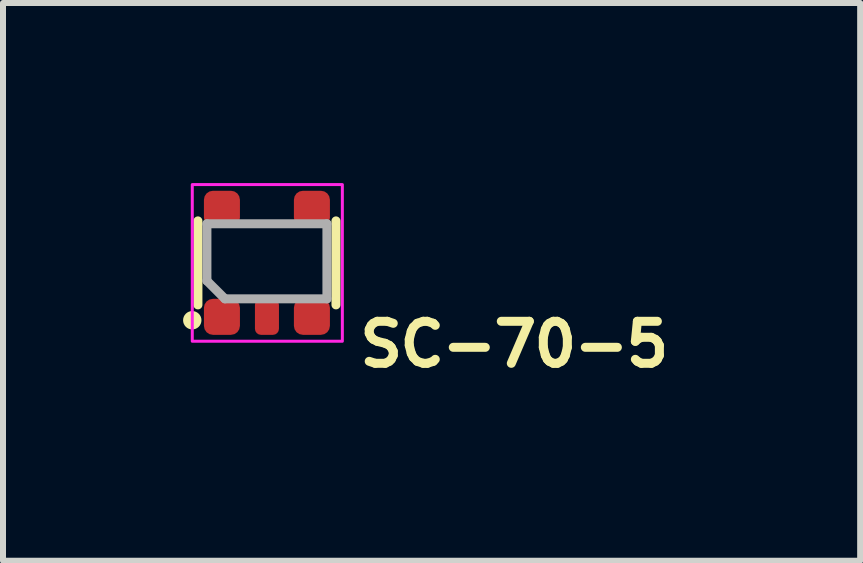
<source format=kicad_pcb>
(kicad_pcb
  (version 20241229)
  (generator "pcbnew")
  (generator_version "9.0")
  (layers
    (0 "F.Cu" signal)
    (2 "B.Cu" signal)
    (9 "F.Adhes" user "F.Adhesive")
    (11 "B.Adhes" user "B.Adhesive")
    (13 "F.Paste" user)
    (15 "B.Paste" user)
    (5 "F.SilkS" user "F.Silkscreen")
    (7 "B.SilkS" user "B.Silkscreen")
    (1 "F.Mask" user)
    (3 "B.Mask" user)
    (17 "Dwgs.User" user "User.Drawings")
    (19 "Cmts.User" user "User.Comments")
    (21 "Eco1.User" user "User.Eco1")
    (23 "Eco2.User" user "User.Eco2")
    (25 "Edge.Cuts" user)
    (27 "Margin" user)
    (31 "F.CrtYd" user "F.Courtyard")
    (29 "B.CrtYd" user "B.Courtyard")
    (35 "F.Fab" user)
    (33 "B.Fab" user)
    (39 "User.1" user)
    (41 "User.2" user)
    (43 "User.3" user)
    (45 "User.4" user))
  (footprint "SC-70-5"
    (layer "F.Cu")
    (at 1.403 1.335)
    (property "Reference" "SC-70-5" (at 1.466 1.761 180) (layer "F.SilkS") (effects (font (size 0.7 0.7) (thickness 0.15)) (justify left bottom)))
    (attr smd)
    (fp_line (start -1.156 0.694) (end -1.156 -0.705) (stroke (width 0.15) (type solid)) (layer "F.SilkS"))
    (fp_line (start 1.144 0.694) (end 1.144 -0.705) (stroke (width 0.15) (type solid)) (layer "F.SilkS"))
    (fp_circle (center -1.25 0.95) (end -1.19 1) (stroke (width 0.15) (type solid)) (fill yes) (layer "F.SilkS"))
    (fp_rect (start 1.25 -1.31) (end -1.25 1.3) (stroke (width 0.05) (type solid)) (fill no) (layer "F.CrtYd"))
    (fp_line (start -1.006 -0.657) (end 0.993 -0.657) (stroke (width 0.15) (type solid)) (layer "F.Fab"))
    (fp_line (start -1.006 0.293) (end -1.006 -0.657) (stroke (width 0.15) (type solid)) (layer "F.Fab"))
    (fp_line (start -1.006 0.293) (end -0.706 0.593) (stroke (width 0.15) (type solid)) (layer "F.Fab"))
    (fp_line (start 0.993 -0.657) (end 0.993 0.593) (stroke (width 0.15) (type solid)) (layer "F.Fab"))
    (fp_line (start 0.993 0.593) (end -0.706 0.593) (stroke (width 0.15) (type solid)) (layer "F.Fab"))
    (fp_rect (start -1 -1.051) (end 0.998 1.048) (stroke (width 0.1) (type solid)) (fill no) (layer "User.5"))
    (fp_line (start -1 -0.626) (end -1 0.623) (stroke (width 0.02) (type solid)) (layer "User.9"))
    (fp_line (start -1 0.623) (end -0.763 0.623) (stroke (width 0.02) (type solid)) (layer "User.9"))
    (fp_line (start -0.964 -0.589) (end -1 -0.626) (stroke (width 0.02) (type solid)) (layer "User.9"))
    (fp_line (start -0.964 -0.589) (end -0.964 0.587) (stroke (width 0.02) (type solid)) (layer "User.9"))
    (fp_line (start -0.964 0.587) (end -1 0.623) (stroke (width 0.02) (type solid)) (layer "User.9"))
    (fp_line (start -0.964 0.587) (end 0.962 0.587) (stroke (width 0.02) (type solid)) (layer "User.9"))
    (fp_line (start -0.888 0.34) (end -0.888 0.348) (stroke (width 0.02) (type solid)) (layer "User.9"))
    (fp_line (start -0.888 0.348) (end -0.888 0.355) (stroke (width 0.02) (type solid)) (layer "User.9"))
    (fp_line (start -0.888 0.355) (end -0.887 0.363) (stroke (width 0.02) (type solid)) (layer "User.9"))
    (fp_line (start -0.887 0.332) (end -0.888 0.34) (stroke (width 0.02) (type solid)) (layer "User.9"))
    (fp_line (start -0.887 0.363) (end -0.886 0.371) (stroke (width 0.02) (type solid)) (layer "User.9"))
    (fp_line (start -0.886 0.324) (end -0.887 0.332) (stroke (width 0.02) (type solid)) (layer "User.9"))
    (fp_line (start -0.886 0.371) (end -0.884 0.379) (stroke (width 0.02) (type solid)) (layer "User.9"))
    (fp_line (start -0.884 0.315) (end -0.886 0.324) (stroke (width 0.02) (type solid)) (layer "User.9"))
    (fp_line (start -0.884 0.379) (end -0.881 0.388) (stroke (width 0.02) (type solid)) (layer "User.9"))
    (fp_line (start -0.881 0.307) (end -0.884 0.315) (stroke (width 0.02) (type solid)) (layer "User.9"))
    (fp_line (start -0.881 0.388) (end -0.879 0.396) (stroke (width 0.02) (type solid)) (layer "User.9"))
    (fp_line (start -0.879 0.3) (end -0.881 0.307) (stroke (width 0.02) (type solid)) (layer "User.9"))
    (fp_line (start -0.879 0.396) (end -0.875 0.403) (stroke (width 0.02) (type solid)) (layer "User.9"))
    (fp_line (start -0.875 0.292) (end -0.879 0.3) (stroke (width 0.02) (type solid)) (layer "User.9"))
    (fp_line (start -0.875 0.403) (end -0.871 0.411) (stroke (width 0.02) (type solid)) (layer "User.9"))
    (fp_line (start -0.871 0.286) (end -0.875 0.292) (stroke (width 0.02) (type solid)) (layer "User.9"))
    (fp_line (start -0.871 0.286) (end -0.871 0.286) (stroke (width 0.02) (type solid)) (layer "User.9"))
    (fp_line (start -0.871 0.411) (end -0.871 0.411) (stroke (width 0.02) (type solid)) (layer "User.9"))
    (fp_line (start -0.871 0.411) (end -0.869 0.414) (stroke (width 0.02) (type solid)) (layer "User.9"))
    (fp_line (start -0.869 0.414) (end -0.867 0.417) (stroke (width 0.02) (type solid)) (layer "User.9"))
    (fp_line (start -0.867 0.279) (end -0.871 0.286) (stroke (width 0.02) (type solid)) (layer "User.9"))
    (fp_line (start -0.867 0.417) (end -0.864 0.42) (stroke (width 0.02) (type solid)) (layer "User.9"))
    (fp_line (start -0.864 0.42) (end -0.862 0.423) (stroke (width 0.02) (type solid)) (layer "User.9"))
    (fp_line (start -0.862 0.272) (end -0.867 0.279) (stroke (width 0.02) (type solid)) (layer "User.9"))
    (fp_line (start -0.862 0.423) (end -0.859 0.427) (stroke (width 0.02) (type solid)) (layer "User.9"))
    (fp_line (start -0.859 0.427) (end -0.857 0.43) (stroke (width 0.02) (type solid)) (layer "User.9"))
    (fp_line (start -0.857 0.266) (end -0.862 0.272) (stroke (width 0.02) (type solid)) (layer "User.9"))
    (fp_line (start -0.857 0.43) (end -0.854 0.433) (stroke (width 0.02) (type solid)) (layer "User.9"))
    (fp_line (start -0.854 0.433) (end -0.851 0.436) (stroke (width 0.02) (type solid)) (layer "User.9"))
    (fp_line (start -0.851 0.26) (end -0.857 0.266) (stroke (width 0.02) (type solid)) (layer "User.9"))
    (fp_line (start -0.851 0.436) (end -0.848 0.439) (stroke (width 0.02) (type solid)) (layer "User.9"))
    (fp_line (start -0.848 0.439) (end -0.845 0.441) (stroke (width 0.02) (type solid)) (layer "User.9"))
    (fp_line (start -0.845 0.253) (end -0.851 0.26) (stroke (width 0.02) (type solid)) (layer "User.9"))
    (fp_line (start -0.845 0.441) (end -0.842 0.444) (stroke (width 0.02) (type solid)) (layer "User.9"))
    (fp_line (start -0.842 0.444) (end -0.839 0.446) (stroke (width 0.02) (type solid)) (layer "User.9"))
    (fp_line (start -0.839 0.248) (end -0.845 0.253) (stroke (width 0.02) (type solid)) (layer "User.9"))
    (fp_line (start -0.839 0.446) (end -0.836 0.45) (stroke (width 0.02) (type solid)) (layer "User.9"))
    (fp_line (start -0.836 0.45) (end -0.833 0.452) (stroke (width 0.02) (type solid)) (layer "User.9"))
    (fp_line (start -0.833 0.243) (end -0.839 0.248) (stroke (width 0.02) (type solid)) (layer "User.9"))
    (fp_line (start -0.833 0.452) (end -0.83 0.454) (stroke (width 0.02) (type solid)) (layer "User.9"))
    (fp_line (start -0.83 0.454) (end -0.826 0.456) (stroke (width 0.02) (type solid)) (layer "User.9"))
    (fp_line (start -0.826 0.239) (end -0.833 0.243) (stroke (width 0.02) (type solid)) (layer "User.9"))
    (fp_line (start -0.826 0.456) (end -0.823 0.458) (stroke (width 0.02) (type solid)) (layer "User.9"))
    (fp_line (start -0.823 0.458) (end -0.819 0.46) (stroke (width 0.02) (type solid)) (layer "User.9"))
    (fp_line (start -0.819 0.236) (end -0.826 0.239) (stroke (width 0.02) (type solid)) (layer "User.9"))
    (fp_line (start -0.819 0.46) (end -0.816 0.462) (stroke (width 0.02) (type solid)) (layer "User.9"))
    (fp_line (start -0.816 0.462) (end -0.812 0.464) (stroke (width 0.02) (type solid)) (layer "User.9"))
    (fp_line (start -0.812 0.233) (end -0.819 0.236) (stroke (width 0.02) (type solid)) (layer "User.9"))
    (fp_line (start -0.812 0.464) (end -0.808 0.465) (stroke (width 0.02) (type solid)) (layer "User.9"))
    (fp_line (start -0.808 0.465) (end -0.804 0.466) (stroke (width 0.02) (type solid)) (layer "User.9"))
    (fp_line (start -0.804 0.23) (end -0.812 0.233) (stroke (width 0.02) (type solid)) (layer "User.9"))
    (fp_line (start -0.804 0.466) (end -0.801 0.468) (stroke (width 0.02) (type solid)) (layer "User.9"))
    (fp_line (start -0.801 0.468) (end -0.797 0.469) (stroke (width 0.02) (type solid)) (layer "User.9"))
    (fp_line (start -0.797 0.227) (end -0.804 0.23) (stroke (width 0.02) (type solid)) (layer "User.9"))
    (fp_line (start -0.797 0.469) (end -0.793 0.47) (stroke (width 0.02) (type solid)) (layer "User.9"))
    (fp_line (start -0.793 0.47) (end -0.789 0.471) (stroke (width 0.02) (type solid)) (layer "User.9"))
    (fp_line (start -0.789 0.226) (end -0.797 0.227) (stroke (width 0.02) (type solid)) (layer "User.9"))
    (fp_line (start -0.789 0.471) (end -0.785 0.471) (stroke (width 0.02) (type solid)) (layer "User.9"))
    (fp_line (start -0.785 0.471) (end -0.781 0.472) (stroke (width 0.02) (type solid)) (layer "User.9"))
    (fp_line (start -0.781 0.224) (end -0.789 0.226) (stroke (width 0.02) (type solid)) (layer "User.9"))
    (fp_line (start -0.781 0.472) (end -0.776 0.473) (stroke (width 0.02) (type solid)) (layer "User.9"))
    (fp_line (start -0.776 0.473) (end -0.772 0.473) (stroke (width 0.02) (type solid)) (layer "User.9"))
    (fp_line (start -0.772 0.222) (end -0.781 0.224) (stroke (width 0.02) (type solid)) (layer "User.9"))
    (fp_line (start -0.772 0.473) (end -0.767 0.473) (stroke (width 0.02) (type solid)) (layer "User.9"))
    (fp_line (start -0.767 0.473) (end -0.763 0.473) (stroke (width 0.02) (type solid)) (layer "User.9"))
    (fp_line (start -0.763 -1.051) (end -0.763 -0.887) (stroke (width 0.02) (type solid)) (layer "User.9"))
    (fp_line (start -0.763 -0.887) (end -0.763 -0.837) (stroke (width 0.02) (type solid)) (layer "User.9"))
    (fp_line (start -0.763 -0.837) (end -0.763 -0.81) (stroke (width 0.02) (type solid)) (layer "User.9"))
    (fp_line (start -0.763 -0.81) (end -0.763 -0.66) (stroke (width 0.02) (type solid)) (layer "User.9"))
    (fp_line (start -0.763 -0.66) (end -0.763 -0.604) (stroke (width 0.02) (type solid)) (layer "User.9"))
    (fp_line (start -0.763 -0.626) (end -1 -0.626) (stroke (width 0.02) (type solid)) (layer "User.9"))
    (fp_line (start -0.763 0.222) (end -0.772 0.222) (stroke (width 0.02) (type solid)) (layer "User.9"))
    (fp_line (start -0.763 0.473) (end -0.755 0.473) (stroke (width 0.02) (type solid)) (layer "User.9"))
    (fp_line (start -0.763 0.658) (end -0.763 0.602) (stroke (width 0.02) (type solid)) (layer "User.9"))
    (fp_line (start -0.763 0.808) (end -0.763 0.658) (stroke (width 0.02) (type solid)) (layer "User.9"))
    (fp_line (start -0.763 0.835) (end -0.763 0.808) (stroke (width 0.02) (type solid)) (layer "User.9"))
    (fp_line (start -0.763 0.885) (end -0.763 0.835) (stroke (width 0.02) (type solid)) (layer "User.9"))
    (fp_line (start -0.763 1.048) (end -0.763 0.885) (stroke (width 0.02) (type solid)) (layer "User.9"))
    (fp_line (start -0.763 1.048) (end -0.539 1.048) (stroke (width 0.02) (type solid)) (layer "User.9"))
    (fp_line (start -0.759 0.222) (end -0.763 0.222) (stroke (width 0.02) (type solid)) (layer "User.9"))
    (fp_line (start -0.755 0.222) (end -0.759 0.222) (stroke (width 0.02) (type solid)) (layer "User.9"))
    (fp_line (start -0.755 0.473) (end -0.746 0.472) (stroke (width 0.02) (type solid)) (layer "User.9"))
    (fp_line (start -0.751 0.224) (end -0.755 0.222) (stroke (width 0.02) (type solid)) (layer "User.9"))
    (fp_line (start -0.746 0.224) (end -0.751 0.224) (stroke (width 0.02) (type solid)) (layer "User.9"))
    (fp_line (start -0.746 0.472) (end -0.738 0.471) (stroke (width 0.02) (type solid)) (layer "User.9"))
    (fp_line (start -0.742 0.225) (end -0.746 0.224) (stroke (width 0.02) (type solid)) (layer "User.9"))
    (fp_line (start -0.738 0.226) (end -0.742 0.225) (stroke (width 0.02) (type solid)) (layer "User.9"))
    (fp_line (start -0.738 0.471) (end -0.73 0.469) (stroke (width 0.02) (type solid)) (layer "User.9"))
    (fp_line (start -0.734 0.226) (end -0.738 0.226) (stroke (width 0.02) (type solid)) (layer "User.9"))
    (fp_line (start -0.73 0.227) (end -0.734 0.226) (stroke (width 0.02) (type solid)) (layer "User.9"))
    (fp_line (start -0.73 0.469) (end -0.723 0.466) (stroke (width 0.02) (type solid)) (layer "User.9"))
    (fp_line (start -0.726 0.229) (end -0.73 0.227) (stroke (width 0.02) (type solid)) (layer "User.9"))
    (fp_line (start -0.723 0.23) (end -0.726 0.229) (stroke (width 0.02) (type solid)) (layer "User.9"))
    (fp_line (start -0.723 0.466) (end -0.715 0.464) (stroke (width 0.02) (type solid)) (layer "User.9"))
    (fp_line (start -0.719 0.231) (end -0.723 0.23) (stroke (width 0.02) (type solid)) (layer "User.9"))
    (fp_line (start -0.715 0.233) (end -0.719 0.231) (stroke (width 0.02) (type solid)) (layer "User.9"))
    (fp_line (start -0.715 0.464) (end -0.708 0.46) (stroke (width 0.02) (type solid)) (layer "User.9"))
    (fp_line (start -0.711 0.234) (end -0.715 0.233) (stroke (width 0.02) (type solid)) (layer "User.9"))
    (fp_line (start -0.708 0.236) (end -0.711 0.234) (stroke (width 0.02) (type solid)) (layer "User.9"))
    (fp_line (start -0.708 0.46) (end -0.701 0.456) (stroke (width 0.02) (type solid)) (layer "User.9"))
    (fp_line (start -0.704 0.238) (end -0.708 0.236) (stroke (width 0.02) (type solid)) (layer "User.9"))
    (fp_line (start -0.701 0.239) (end -0.704 0.238) (stroke (width 0.02) (type solid)) (layer "User.9"))
    (fp_line (start -0.701 0.456) (end -0.695 0.452) (stroke (width 0.02) (type solid)) (layer "User.9"))
    (fp_line (start -0.698 0.241) (end -0.701 0.239) (stroke (width 0.02) (type solid)) (layer "User.9"))
    (fp_line (start -0.695 0.243) (end -0.698 0.241) (stroke (width 0.02) (type solid)) (layer "User.9"))
    (fp_line (start -0.695 0.452) (end -0.688 0.446) (stroke (width 0.02) (type solid)) (layer "User.9"))
    (fp_line (start -0.691 0.245) (end -0.695 0.243) (stroke (width 0.02) (type solid)) (layer "User.9"))
    (fp_line (start -0.688 0.248) (end -0.691 0.245) (stroke (width 0.02) (type solid)) (layer "User.9"))
    (fp_line (start -0.688 0.446) (end -0.682 0.441) (stroke (width 0.02) (type solid)) (layer "User.9"))
    (fp_line (start -0.685 0.25) (end -0.688 0.248) (stroke (width 0.02) (type solid)) (layer "User.9"))
    (fp_line (start -0.682 0.253) (end -0.685 0.25) (stroke (width 0.02) (type solid)) (layer "User.9"))
    (fp_line (start -0.682 0.441) (end -0.676 0.436) (stroke (width 0.02) (type solid)) (layer "User.9"))
    (fp_line (start -0.679 0.257) (end -0.682 0.253) (stroke (width 0.02) (type solid)) (layer "User.9"))
    (fp_line (start -0.676 0.26) (end -0.679 0.257) (stroke (width 0.02) (type solid)) (layer "User.9"))
    (fp_line (start -0.676 0.436) (end -0.67 0.43) (stroke (width 0.02) (type solid)) (layer "User.9"))
    (fp_line (start -0.673 0.263) (end -0.676 0.26) (stroke (width 0.02) (type solid)) (layer "User.9"))
    (fp_line (start -0.67 0.266) (end -0.673 0.263) (stroke (width 0.02) (type solid)) (layer "User.9"))
    (fp_line (start -0.67 0.43) (end -0.665 0.423) (stroke (width 0.02) (type solid)) (layer "User.9"))
    (fp_line (start -0.668 0.269) (end -0.67 0.266) (stroke (width 0.02) (type solid)) (layer "User.9"))
    (fp_line (start -0.665 0.272) (end -0.668 0.269) (stroke (width 0.02) (type solid)) (layer "User.9"))
    (fp_line (start -0.665 0.423) (end -0.66 0.417) (stroke (width 0.02) (type solid)) (layer "User.9"))
    (fp_line (start -0.663 0.275) (end -0.665 0.272) (stroke (width 0.02) (type solid)) (layer "User.9"))
    (fp_line (start -0.66 0.279) (end -0.663 0.275) (stroke (width 0.02) (type solid)) (layer "User.9"))
    (fp_line (start -0.66 0.417) (end -0.656 0.411) (stroke (width 0.02) (type solid)) (layer "User.9"))
    (fp_line (start -0.658 0.282) (end -0.66 0.279) (stroke (width 0.02) (type solid)) (layer "User.9"))
    (fp_line (start -0.656 0.286) (end -0.658 0.282) (stroke (width 0.02) (type solid)) (layer "User.9"))
    (fp_line (start -0.656 0.286) (end -0.656 0.286) (stroke (width 0.02) (type solid)) (layer "User.9"))
    (fp_line (start -0.656 0.411) (end -0.656 0.411) (stroke (width 0.02) (type solid)) (layer "User.9"))
    (fp_line (start -0.656 0.411) (end -0.652 0.403) (stroke (width 0.02) (type solid)) (layer "User.9"))
    (fp_line (start -0.652 0.292) (end -0.656 0.286) (stroke (width 0.02) (type solid)) (layer "User.9"))
    (fp_line (start -0.652 0.403) (end -0.648 0.396) (stroke (width 0.02) (type solid)) (layer "User.9"))
    (fp_line (start -0.648 0.3) (end -0.652 0.292) (stroke (width 0.02) (type solid)) (layer "User.9"))
    (fp_line (start -0.648 0.396) (end -0.646 0.388) (stroke (width 0.02) (type solid)) (layer "User.9"))
    (fp_line (start -0.646 0.307) (end -0.648 0.3) (stroke (width 0.02) (type solid)) (layer "User.9"))
    (fp_line (start -0.646 0.388) (end -0.643 0.379) (stroke (width 0.02) (type solid)) (layer "User.9"))
    (fp_line (start -0.643 0.315) (end -0.646 0.307) (stroke (width 0.02) (type solid)) (layer "User.9"))
    (fp_line (start -0.643 0.379) (end -0.64 0.371) (stroke (width 0.02) (type solid)) (layer "User.9"))
    (fp_line (start -0.64 0.324) (end -0.643 0.315) (stroke (width 0.02) (type solid)) (layer "User.9"))
    (fp_line (start -0.64 0.371) (end -0.639 0.363) (stroke (width 0.02) (type solid)) (layer "User.9"))
    (fp_line (start -0.639 0.332) (end -0.64 0.324) (stroke (width 0.02) (type solid)) (layer "User.9"))
    (fp_line (start -0.639 0.363) (end -0.638 0.355) (stroke (width 0.02) (type solid)) (layer "User.9"))
    (fp_line (start -0.638 0.34) (end -0.639 0.332) (stroke (width 0.02) (type solid)) (layer "User.9"))
    (fp_line (start -0.638 0.348) (end -0.638 0.34) (stroke (width 0.02) (type solid)) (layer "User.9"))
    (fp_line (start -0.638 0.355) (end -0.638 0.348) (stroke (width 0.02) (type solid)) (layer "User.9"))
    (fp_line (start -0.539 -1.051) (end -0.763 -1.051) (stroke (width 0.02) (type solid)) (layer "User.9"))
    (fp_line (start -0.539 -1.051) (end -0.539 -0.887) (stroke (width 0.02) (type solid)) (layer "User.9"))
    (fp_line (start -0.539 -0.887) (end -0.539 -0.837) (stroke (width 0.02) (type solid)) (layer "User.9"))
    (fp_line (start -0.539 -0.837) (end -0.539 -0.81) (stroke (width 0.02) (type solid)) (layer "User.9"))
    (fp_line (start -0.539 -0.81) (end -0.539 -0.66) (stroke (width 0.02) (type solid)) (layer "User.9"))
    (fp_line (start -0.539 -0.66) (end -0.539 -0.604) (stroke (width 0.02) (type solid)) (layer "User.9"))
    (fp_line (start -0.539 -0.604) (end -0.763 -0.604) (stroke (width 0.02) (type solid)) (layer "User.9"))
    (fp_line (start -0.539 0.602) (end -0.763 0.602) (stroke (width 0.02) (type solid)) (layer "User.9"))
    (fp_line (start -0.539 0.623) (end -0.114 0.623) (stroke (width 0.02) (type solid)) (layer "User.9"))
    (fp_line (start -0.539 0.658) (end -0.539 0.602) (stroke (width 0.02) (type solid)) (layer "User.9"))
    (fp_line (start -0.539 0.808) (end -0.539 0.658) (stroke (width 0.02) (type solid)) (layer "User.9"))
    (fp_line (start -0.539 0.835) (end -0.539 0.808) (stroke (width 0.02) (type solid)) (layer "User.9"))
    (fp_line (start -0.539 0.885) (end -0.539 0.835) (stroke (width 0.02) (type solid)) (layer "User.9"))
    (fp_line (start -0.539 1.048) (end -0.539 0.885) (stroke (width 0.02) (type solid)) (layer "User.9"))
    (fp_line (start -0.114 -0.626) (end -0.539 -0.626) (stroke (width 0.02) (type solid)) (layer "User.9"))
    (fp_line (start -0.114 -0.626) (end 0.112 -0.626) (stroke (width 0.02) (type solid)) (layer "User.9"))
    (fp_line (start -0.114 -0.604) (end -0.114 -0.626) (stroke (width 0.02) (type solid)) (layer "User.9"))
    (fp_line (start -0.114 -0.604) (end -0.114 -0.626) (stroke (width 0.02) (type solid)) (layer "User.9"))
    (fp_line (start -0.114 0.658) (end -0.114 0.602) (stroke (width 0.02) (type solid)) (layer "User.9"))
    (fp_line (start -0.114 0.808) (end -0.114 0.658) (stroke (width 0.02) (type solid)) (layer "User.9"))
    (fp_line (start -0.114 0.835) (end -0.114 0.808) (stroke (width 0.02) (type solid)) (layer "User.9"))
    (fp_line (start -0.114 0.885) (end -0.114 0.835) (stroke (width 0.02) (type solid)) (layer "User.9"))
    (fp_line (start -0.114 1.048) (end -0.114 0.885) (stroke (width 0.02) (type solid)) (layer "User.9"))
    (fp_line (start -0.114 1.048) (end 0.112 1.048) (stroke (width 0.02) (type solid)) (layer "User.9"))
    (fp_line (start 0.112 -0.626) (end 0.112 -0.604) (stroke (width 0.02) (type solid)) (layer "User.9"))
    (fp_line (start 0.112 -0.604) (end -0.114 -0.604) (stroke (width 0.02) (type solid)) (layer "User.9"))
    (fp_line (start 0.112 -0.604) (end 0.112 -0.626) (stroke (width 0.02) (type solid)) (layer "User.9"))
    (fp_line (start 0.112 0.602) (end -0.114 0.602) (stroke (width 0.02) (type solid)) (layer "User.9"))
    (fp_line (start 0.112 0.623) (end 0.537 0.623) (stroke (width 0.02) (type solid)) (layer "User.9"))
    (fp_line (start 0.112 0.658) (end 0.112 0.602) (stroke (width 0.02) (type solid)) (layer "User.9"))
    (fp_line (start 0.112 0.808) (end 0.112 0.658) (stroke (width 0.02) (type solid)) (layer "User.9"))
    (fp_line (start 0.112 0.835) (end 0.112 0.808) (stroke (width 0.02) (type solid)) (layer "User.9"))
    (fp_line (start 0.112 0.885) (end 0.112 0.835) (stroke (width 0.02) (type solid)) (layer "User.9"))
    (fp_line (start 0.112 1.048) (end 0.112 0.885) (stroke (width 0.02) (type solid)) (layer "User.9"))
    (fp_line (start 0.537 -1.051) (end 0.537 -0.887) (stroke (width 0.02) (type solid)) (layer "User.9"))
    (fp_line (start 0.537 -0.887) (end 0.537 -0.837) (stroke (width 0.02) (type solid)) (layer "User.9"))
    (fp_line (start 0.537 -0.837) (end 0.537 -0.81) (stroke (width 0.02) (type solid)) (layer "User.9"))
    (fp_line (start 0.537 -0.81) (end 0.537 -0.66) (stroke (width 0.02) (type solid)) (layer "User.9"))
    (fp_line (start 0.537 -0.66) (end 0.537 -0.604) (stroke (width 0.02) (type solid)) (layer "User.9"))
    (fp_line (start 0.537 -0.626) (end 0.112 -0.626) (stroke (width 0.02) (type solid)) (layer "User.9"))
    (fp_line (start 0.537 0.658) (end 0.537 0.602) (stroke (width 0.02) (type solid)) (layer "User.9"))
    (fp_line (start 0.537 0.808) (end 0.537 0.658) (stroke (width 0.02) (type solid)) (layer "User.9"))
    (fp_line (start 0.537 0.835) (end 0.537 0.808) (stroke (width 0.02) (type solid)) (layer "User.9"))
    (fp_line (start 0.537 0.885) (end 0.537 0.835) (stroke (width 0.02) (type solid)) (layer "User.9"))
    (fp_line (start 0.537 1.048) (end 0.537 0.885) (stroke (width 0.02) (type solid)) (layer "User.9"))
    (fp_line (start 0.537 1.048) (end 0.761 1.048) (stroke (width 0.02) (type solid)) (layer "User.9"))
    (fp_line (start 0.761 -1.051) (end 0.537 -1.051) (stroke (width 0.02) (type solid)) (layer "User.9"))
    (fp_line (start 0.761 -1.051) (end 0.761 -0.887) (stroke (width 0.02) (type solid)) (layer "User.9"))
    (fp_line (start 0.761 -0.887) (end 0.761 -0.837) (stroke (width 0.02) (type solid)) (layer "User.9"))
    (fp_line (start 0.761 -0.837) (end 0.761 -0.81) (stroke (width 0.02) (type solid)) (layer "User.9"))
    (fp_line (start 0.761 -0.81) (end 0.761 -0.66) (stroke (width 0.02) (type solid)) (layer "User.9"))
    (fp_line (start 0.761 -0.66) (end 0.761 -0.604) (stroke (width 0.02) (type solid)) (layer "User.9"))
    (fp_line (start 0.761 -0.604) (end 0.537 -0.604) (stroke (width 0.02) (type solid)) (layer "User.9"))
    (fp_line (start 0.761 0.602) (end 0.537 0.602) (stroke (width 0.02) (type solid)) (layer "User.9"))
    (fp_line (start 0.761 0.623) (end 0.998 0.623) (stroke (width 0.02) (type solid)) (layer "User.9"))
    (fp_line (start 0.761 0.658) (end 0.761 0.602) (stroke (width 0.02) (type solid)) (layer "User.9"))
    (fp_line (start 0.761 0.808) (end 0.761 0.658) (stroke (width 0.02) (type solid)) (layer "User.9"))
    (fp_line (start 0.761 0.835) (end 0.761 0.808) (stroke (width 0.02) (type solid)) (layer "User.9"))
    (fp_line (start 0.761 0.885) (end 0.761 0.835) (stroke (width 0.02) (type solid)) (layer "User.9"))
    (fp_line (start 0.761 1.048) (end 0.761 0.885) (stroke (width 0.02) (type solid)) (layer "User.9"))
    (fp_line (start 0.962 -0.589) (end -0.964 -0.589) (stroke (width 0.02) (type solid)) (layer "User.9"))
    (fp_line (start 0.962 -0.589) (end 0.998 -0.626) (stroke (width 0.02) (type solid)) (layer "User.9"))
    (fp_line (start 0.962 0.587) (end 0.962 -0.589) (stroke (width 0.02) (type solid)) (layer "User.9"))
    (fp_line (start 0.962 0.587) (end 0.998 0.623) (stroke (width 0.02) (type solid)) (layer "User.9"))
    (fp_line (start 0.998 -0.626) (end 0.761 -0.626) (stroke (width 0.02) (type solid)) (layer "User.9"))
    (fp_line (start 0.998 0.623) (end 0.998 -0.626) (stroke (width 0.02) (type solid)) (layer "User.9"))
    (pad "1" smd roundrect (at -0.756 0.893 90) (size 0.6 0.6) (layers "F.Cu" "F.Mask" "F.Paste") (roundrect_rratio 0.25))
    (pad "2" smd roundrect (at -0.006 0.893 90) (size 0.6 0.4) (layers "F.Cu" "F.Mask" "F.Paste") (roundrect_rratio 0.25))
    (pad "3" smd roundrect (at 0.743 0.893 90) (size 0.6 0.6) (layers "F.Cu" "F.Mask" "F.Paste") (roundrect_rratio 0.25))
    (pad "4" smd roundrect (at 0.743 -0.907 90) (size 0.6 0.6) (layers "F.Cu" "F.Mask" "F.Paste") (roundrect_rratio 0.25))
    (pad "5" smd roundrect (at -0.756 -0.907 90) (size 0.6 0.6) (layers "F.Cu" "F.Mask" "F.Paste") (roundrect_rratio 0.25)))
  (gr_rect
    (start -3 -3)
    (end 11.279 6.291)
    (stroke (width 0.1) (type default))
    (fill no)
    (layer "Edge.Cuts")))
</source>
